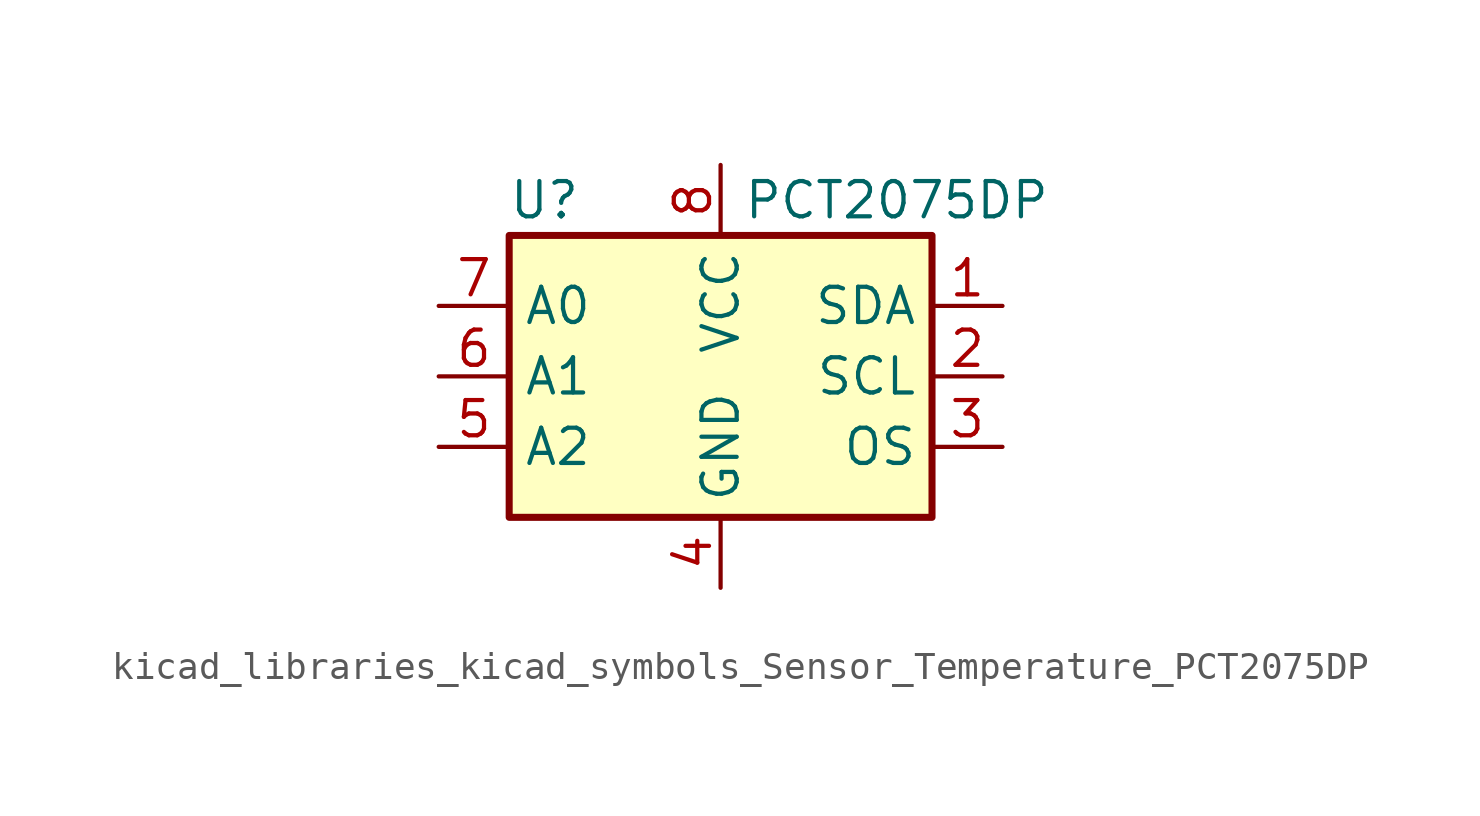
<source format=kicad_sym>
(kicad_symbol_lib
  (version 20220914)
  (generator kicad_symbol_editor)
  (symbol "kicad_libraries_kicad_symbols_Sensor_Temperature_PCT2075DP"
    (property "Reference" "U"
      (at -6.35 6.35 0)
      (effects (font (size 1.27 1.27))))
    (property "Value" "PCT2075DP"
      (at 6.35 6.35 0)
      (effects (font (size 1.27 1.27))))
    (symbol "kicad_libraries_kicad_symbols_Sensor_Temperature_PCT2075DP_0_1"
      (rectangle (start -7.62 5.08) (end 7.62 -5.08) (stroke (width 0.254) (type default)) (fill (type background))))
    (symbol "kicad_libraries_kicad_symbols_Sensor_Temperature_PCT2075DP_1_1"
      (pin bidirectional line (at 10.16 2.54 180) (length 2.54) (name "SDA" (effects (font (size 1.27 1.27)))) (number "1" (effects (font (size 1.27 1.27)))))
      (pin input line (at 10.16 0 180) (length 2.54) (name "SCL" (effects (font (size 1.27 1.27)))) (number "2" (effects (font (size 1.27 1.27)))))
      (pin open_collector line (at 10.16 -2.54 180) (length 2.54) (name "OS" (effects (font (size 1.27 1.27)))) (number "3" (effects (font (size 1.27 1.27)))))
      (pin power_in line (at 0 -7.62 90) (length 2.54) (name "GND" (effects (font (size 1.27 1.27)))) (number "4" (effects (font (size 1.27 1.27)))))
      (pin input line (at -10.16 -2.54 0) (length 2.54) (name "A2" (effects (font (size 1.27 1.27)))) (number "5" (effects (font (size 1.27 1.27)))))
      (pin input line (at -10.16 0 0) (length 2.54) (name "A1" (effects (font (size 1.27 1.27)))) (number "6" (effects (font (size 1.27 1.27)))))
      (pin input line (at -10.16 2.54 0) (length 2.54) (name "A0" (effects (font (size 1.27 1.27)))) (number "7" (effects (font (size 1.27 1.27)))))
      (pin power_in line (at 0 7.62 270) (length 2.54) (name "VCC" (effects (font (size 1.27 1.27)))) (number "8" (effects (font (size 1.27 1.27))))))))
</source>
